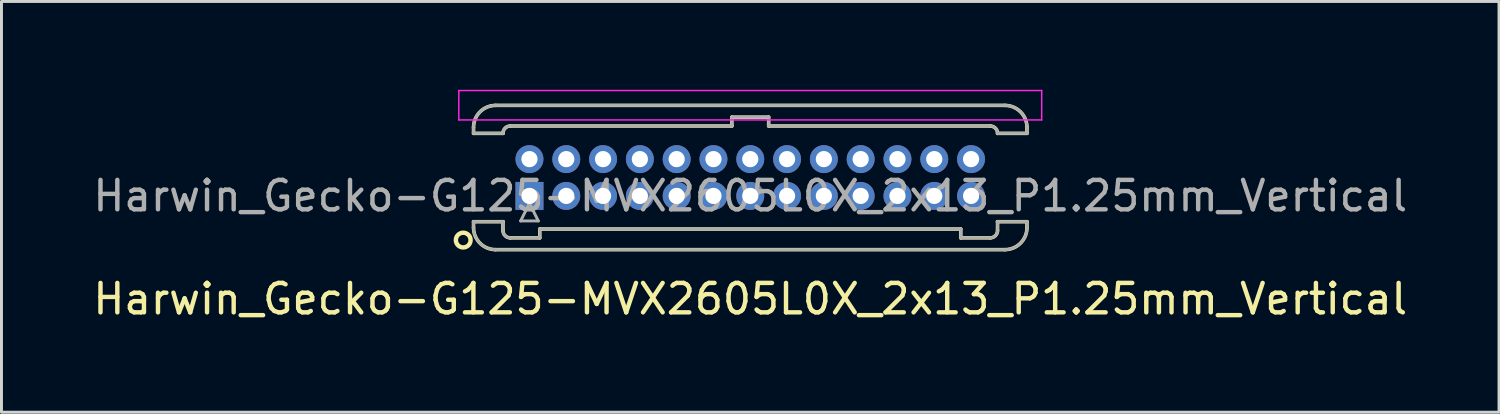
<source format=kicad_pcb>
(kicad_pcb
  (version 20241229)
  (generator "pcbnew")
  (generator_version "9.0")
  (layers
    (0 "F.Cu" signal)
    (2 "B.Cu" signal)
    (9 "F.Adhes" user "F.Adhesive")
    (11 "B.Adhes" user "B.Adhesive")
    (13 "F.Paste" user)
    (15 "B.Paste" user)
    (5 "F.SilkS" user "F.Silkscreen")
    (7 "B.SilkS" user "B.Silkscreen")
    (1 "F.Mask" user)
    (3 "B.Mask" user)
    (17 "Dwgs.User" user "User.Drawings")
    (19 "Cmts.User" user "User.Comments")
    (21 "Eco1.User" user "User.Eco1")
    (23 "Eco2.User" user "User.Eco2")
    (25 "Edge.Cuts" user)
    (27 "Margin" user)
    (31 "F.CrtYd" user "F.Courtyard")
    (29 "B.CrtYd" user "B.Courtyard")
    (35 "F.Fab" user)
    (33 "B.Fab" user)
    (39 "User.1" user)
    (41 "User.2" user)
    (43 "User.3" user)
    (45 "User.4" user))
  (footprint "Harwin_Gecko-G125-MVX2605L0X_2x13_P1.25mm_Vertical"
    (layer "F.Cu")
    (at 14.935 3.605)
    (property "Reference" "Harwin_Gecko-G125-MVX2605L0X_2x13_P1.25mm_Vertical" (at 7.5 3.5 0) (layer "F.SilkS") (effects (font (size 1 1) (thickness 0.15))))
    (attr through_hole)
    (fp_line (start -1.9 -2.325) (end -1.9 -2.125) (stroke (width 0.12) (type solid)) (layer "F.SilkS"))
    (fp_line (start -1.9 -2.125) (end -0.9 -2.125) (stroke (width 0.12) (type solid)) (layer "F.SilkS"))
    (fp_line (start -1.9 0.875) (end -0.9 0.875) (stroke (width 0.12) (type solid)) (layer "F.SilkS"))
    (fp_line (start -1.9 1.075) (end -1.9 0.875) (stroke (width 0.12) (type solid)) (layer "F.SilkS"))
    (fp_line (start -1.15 -3.075) (end 16.15 -3.075) (stroke (width 0.12) (type solid)) (layer "F.SilkS"))
    (fp_line (start -1.15 1.825) (end 16.15 1.825) (stroke (width 0.12) (type solid)) (layer "F.SilkS"))
    (fp_line (start -0.9 -2.125) (end -0.9 -2.125) (stroke (width 0.12) (type solid)) (layer "F.SilkS"))
    (fp_line (start -0.9 0.875) (end -0.9 0.875) (stroke (width 0.12) (type solid)) (layer "F.SilkS"))
    (fp_line (start -0.9 1.175) (end -0.9 0.875) (stroke (width 0.12) (type solid)) (layer "F.SilkS"))
    (fp_line (start -0.65 -2.375) (end 6.875 -2.375) (stroke (width 0.12) (type solid)) (layer "F.SilkS"))
    (fp_line (start -0.65 1.425) (end 0.35 1.425) (stroke (width 0.12) (type solid)) (layer "F.SilkS"))
    (fp_line (start 0.35 1.125) (end 14.65 1.125) (stroke (width 0.12) (type solid)) (layer "F.SilkS"))
    (fp_line (start 0.35 1.425) (end 0.35 1.125) (stroke (width 0.12) (type solid)) (layer "F.SilkS"))
    (fp_line (start 6.875 -2.675) (end 8.125 -2.675) (stroke (width 0.12) (type solid)) (layer "F.SilkS"))
    (fp_line (start 6.875 -2.375) (end 6.875 -2.675) (stroke (width 0.12) (type solid)) (layer "F.SilkS"))
    (fp_line (start 8.125 -2.675) (end 8.125 -2.375) (stroke (width 0.12) (type solid)) (layer "F.SilkS"))
    (fp_line (start 8.125 -2.375) (end 15.65 -2.375) (stroke (width 0.12) (type solid)) (layer "F.SilkS"))
    (fp_line (start 14.65 1.125) (end 14.65 1.425) (stroke (width 0.12) (type solid)) (layer "F.SilkS"))
    (fp_line (start 14.65 1.425) (end 15.65 1.425) (stroke (width 0.12) (type solid)) (layer "F.SilkS"))
    (fp_line (start 15.9 -2.125) (end 15.9 -2.125) (stroke (width 0.12) (type solid)) (layer "F.SilkS"))
    (fp_line (start 15.9 0.875) (end 15.9 0.875) (stroke (width 0.12) (type solid)) (layer "F.SilkS"))
    (fp_line (start 15.9 1.175) (end 15.9 0.875) (stroke (width 0.12) (type solid)) (layer "F.SilkS"))
    (fp_line (start 16.9 -2.325) (end 16.9 -2.125) (stroke (width 0.12) (type solid)) (layer "F.SilkS"))
    (fp_line (start 16.9 -2.125) (end 15.9 -2.125) (stroke (width 0.12) (type solid)) (layer "F.SilkS"))
    (fp_line (start 16.9 0.875) (end 15.9 0.875) (stroke (width 0.12) (type solid)) (layer "F.SilkS"))
    (fp_line (start 16.9 1.075) (end 16.9 0.875) (stroke (width 0.12) (type solid)) (layer "F.SilkS"))
    (fp_arc (start -1.9 -2.325) (mid -1.68033 -2.85533) (end -1.15 -3.075) (stroke (width 0.12) (type solid)) (layer "F.SilkS"))
    (fp_arc (start -1.15 1.825) (mid -1.68033 1.60533) (end -1.9 1.075) (stroke (width 0.12) (type solid)) (layer "F.SilkS"))
    (fp_arc (start -0.9 -2.125) (mid -0.826777 -2.301777) (end -0.65 -2.375) (stroke (width 0.12) (type solid)) (layer "F.SilkS"))
    (fp_arc (start -0.65 1.425) (mid -0.826777 1.351777) (end -0.9 1.175) (stroke (width 0.12) (type solid)) (layer "F.SilkS"))
    (fp_arc (start 15.65 -2.375) (mid 15.826777 -2.301777) (end 15.9 -2.125) (stroke (width 0.12) (type solid)) (layer "F.SilkS"))
    (fp_arc (start 15.9 1.175) (mid 15.826777 1.351777) (end 15.65 1.425) (stroke (width 0.12) (type solid)) (layer "F.SilkS"))
    (fp_arc (start 16.15 -3.075) (mid 16.68033 -2.85533) (end 16.9 -2.325) (stroke (width 0.12) (type solid)) (layer "F.SilkS"))
    (fp_arc (start 16.9 1.075) (mid 16.68033 1.60533) (end 16.15 1.825) (stroke (width 0.12) (type solid)) (layer "F.SilkS"))
    (fp_circle (center -2.25 1.5) (end -2 1.5) (stroke (width 0.15) (type solid)) (fill no) (layer "F.SilkS"))
    (fp_line (start -2.4 -3.58) (end -2.4 -2.58) (stroke (width 0.05) (type solid)) (layer "F.CrtYd"))
    (fp_line (start -2.4 -2.58) (end 17.4 -2.58) (stroke (width 0.05) (type solid)) (layer "F.CrtYd"))
    (fp_line (start 17.4 -3.58) (end -2.4 -3.58) (stroke (width 0.05) (type solid)) (layer "F.CrtYd"))
    (fp_line (start 17.4 -2.58) (end 17.4 -3.58) (stroke (width 0.05) (type solid)) (layer "F.CrtYd"))
    (fp_line (start -1.9 -2.325) (end -1.9 -2.125) (stroke (width 0.1) (type solid)) (layer "F.Fab"))
    (fp_line (start -1.9 -2.125) (end -0.9 -2.125) (stroke (width 0.1) (type solid)) (layer "F.Fab"))
    (fp_line (start -1.9 0.875) (end -0.9 0.875) (stroke (width 0.1) (type solid)) (layer "F.Fab"))
    (fp_line (start -1.9 1.075) (end -1.9 0.875) (stroke (width 0.1) (type solid)) (layer "F.Fab"))
    (fp_line (start -1.15 -3.075) (end 16.15 -3.075) (stroke (width 0.1) (type solid)) (layer "F.Fab"))
    (fp_line (start -1.15 1.825) (end 16.15 1.825) (stroke (width 0.1) (type solid)) (layer "F.Fab"))
    (fp_line (start -0.9 -2.125) (end -0.9 -2.125) (stroke (width 0.1) (type solid)) (layer "F.Fab"))
    (fp_line (start -0.9 0.875) (end -0.9 0.875) (stroke (width 0.1) (type solid)) (layer "F.Fab"))
    (fp_line (start -0.9 1.175) (end -0.9 0.875) (stroke (width 0.1) (type solid)) (layer "F.Fab"))
    (fp_line (start -0.65 -2.375) (end 6.875 -2.375) (stroke (width 0.1) (type solid)) (layer "F.Fab"))
    (fp_line (start -0.65 1.425) (end 0.35 1.425) (stroke (width 0.1) (type solid)) (layer "F.Fab"))
    (fp_line (start -0.3 0.85) (end 0.3 0.85) (stroke (width 0.1) (type solid)) (layer "F.Fab"))
    (fp_line (start 0 0.25) (end -0.3 0.85) (stroke (width 0.1) (type solid)) (layer "F.Fab"))
    (fp_line (start 0.3 0.85) (end 0 0.25) (stroke (width 0.1) (type solid)) (layer "F.Fab"))
    (fp_line (start 0.35 1.125) (end 14.65 1.125) (stroke (width 0.1) (type solid)) (layer "F.Fab"))
    (fp_line (start 0.35 1.425) (end 0.35 1.125) (stroke (width 0.1) (type solid)) (layer "F.Fab"))
    (fp_line (start 6.875 -2.675) (end 8.125 -2.675) (stroke (width 0.1) (type solid)) (layer "F.Fab"))
    (fp_line (start 6.875 -2.375) (end 6.875 -2.675) (stroke (width 0.1) (type solid)) (layer "F.Fab"))
    (fp_line (start 8.125 -2.675) (end 8.125 -2.375) (stroke (width 0.1) (type solid)) (layer "F.Fab"))
    (fp_line (start 8.125 -2.375) (end 15.65 -2.375) (stroke (width 0.1) (type solid)) (layer "F.Fab"))
    (fp_line (start 14.65 1.125) (end 14.65 1.425) (stroke (width 0.1) (type solid)) (layer "F.Fab"))
    (fp_line (start 14.65 1.425) (end 15.65 1.425) (stroke (width 0.1) (type solid)) (layer "F.Fab"))
    (fp_line (start 15.9 -2.125) (end 15.9 -2.125) (stroke (width 0.1) (type solid)) (layer "F.Fab"))
    (fp_line (start 15.9 0.875) (end 15.9 0.875) (stroke (width 0.1) (type solid)) (layer "F.Fab"))
    (fp_line (start 15.9 1.175) (end 15.9 0.875) (stroke (width 0.1) (type solid)) (layer "F.Fab"))
    (fp_line (start 16.9 -2.325) (end 16.9 -2.125) (stroke (width 0.1) (type solid)) (layer "F.Fab"))
    (fp_line (start 16.9 -2.125) (end 15.9 -2.125) (stroke (width 0.1) (type solid)) (layer "F.Fab"))
    (fp_line (start 16.9 0.875) (end 15.9 0.875) (stroke (width 0.1) (type solid)) (layer "F.Fab"))
    (fp_line (start 16.9 1.075) (end 16.9 0.875) (stroke (width 0.1) (type solid)) (layer "F.Fab"))
    (fp_arc (start -1.9 -2.325) (mid -1.68033 -2.85533) (end -1.15 -3.075) (stroke (width 0.1) (type solid)) (layer "F.Fab"))
    (fp_arc (start -1.15 1.825) (mid -1.68033 1.60533) (end -1.9 1.075) (stroke (width 0.1) (type solid)) (layer "F.Fab"))
    (fp_arc (start -0.9 -2.125) (mid -0.826777 -2.301777) (end -0.65 -2.375) (stroke (width 0.1) (type solid)) (layer "F.Fab"))
    (fp_arc (start -0.65 1.425) (mid -0.826777 1.351777) (end -0.9 1.175) (stroke (width 0.1) (type solid)) (layer "F.Fab"))
    (fp_arc (start 15.65 -2.375) (mid 15.826777 -2.301777) (end 15.9 -2.125) (stroke (width 0.1) (type solid)) (layer "F.Fab"))
    (fp_arc (start 15.9 1.175) (mid 15.826777 1.351777) (end 15.65 1.425) (stroke (width 0.1) (type solid)) (layer "F.Fab"))
    (fp_arc (start 16.15 -3.075) (mid 16.68033 -2.85533) (end 16.9 -2.325) (stroke (width 0.1) (type solid)) (layer "F.Fab"))
    (fp_arc (start 16.9 1.075) (mid 16.68033 1.60533) (end 16.15 1.825) (stroke (width 0.1) (type solid)) (layer "F.Fab"))
    (fp_text user "${REFERENCE}" (at 7.5 0 0) (layer "F.Fab") (effects (font (size 1 1) (thickness 0.15))))
    (pad "1" thru_hole rect (at 0 0) (size 0.95 0.95) (drill 0.55) (layers "*.Cu" "*.Mask"))
    (pad "2" thru_hole circle (at 0 -1.25) (size 0.95 0.95) (drill 0.55) (layers "*.Cu" "*.Mask"))
    (pad "3" thru_hole circle (at 1.25 0) (size 0.95 0.95) (drill 0.55) (layers "*.Cu" "*.Mask"))
    (pad "4" thru_hole circle (at 1.25 -1.25) (size 0.95 0.95) (drill 0.55) (layers "*.Cu" "*.Mask"))
    (pad "5" thru_hole circle (at 2.5 0) (size 0.95 0.95) (drill 0.55) (layers "*.Cu" "*.Mask"))
    (pad "6" thru_hole circle (at 2.5 -1.25) (size 0.95 0.95) (drill 0.55) (layers "*.Cu" "*.Mask"))
    (pad "7" thru_hole circle (at 3.75 0) (size 0.95 0.95) (drill 0.55) (layers "*.Cu" "*.Mask"))
    (pad "8" thru_hole circle (at 3.75 -1.25) (size 0.95 0.95) (drill 0.55) (layers "*.Cu" "*.Mask"))
    (pad "9" thru_hole circle (at 5 0) (size 0.95 0.95) (drill 0.55) (layers "*.Cu" "*.Mask"))
    (pad "10" thru_hole circle (at 5 -1.25) (size 0.95 0.95) (drill 0.55) (layers "*.Cu" "*.Mask"))
    (pad "11" thru_hole circle (at 6.25 0) (size 0.95 0.95) (drill 0.55) (layers "*.Cu" "*.Mask"))
    (pad "12" thru_hole circle (at 6.25 -1.25) (size 0.95 0.95) (drill 0.55) (layers "*.Cu" "*.Mask"))
    (pad "13" thru_hole circle (at 7.5 0) (size 0.95 0.95) (drill 0.55) (layers "*.Cu" "*.Mask"))
    (pad "14" thru_hole circle (at 7.5 -1.25) (size 0.95 0.95) (drill 0.55) (layers "*.Cu" "*.Mask"))
    (pad "15" thru_hole circle (at 8.75 0) (size 0.95 0.95) (drill 0.55) (layers "*.Cu" "*.Mask"))
    (pad "16" thru_hole circle (at 8.75 -1.25) (size 0.95 0.95) (drill 0.55) (layers "*.Cu" "*.Mask"))
    (pad "17" thru_hole circle (at 10 0) (size 0.95 0.95) (drill 0.55) (layers "*.Cu" "*.Mask"))
    (pad "18" thru_hole circle (at 10 -1.25) (size 0.95 0.95) (drill 0.55) (layers "*.Cu" "*.Mask"))
    (pad "19" thru_hole circle (at 11.25 0) (size 0.95 0.95) (drill 0.55) (layers "*.Cu" "*.Mask"))
    (pad "20" thru_hole circle (at 11.25 -1.25) (size 0.95 0.95) (drill 0.55) (layers "*.Cu" "*.Mask"))
    (pad "21" thru_hole circle (at 12.5 0) (size 0.95 0.95) (drill 0.55) (layers "*.Cu" "*.Mask"))
    (pad "22" thru_hole circle (at 12.5 -1.25) (size 0.95 0.95) (drill 0.55) (layers "*.Cu" "*.Mask"))
    (pad "23" thru_hole circle (at 13.75 0) (size 0.95 0.95) (drill 0.55) (layers "*.Cu" "*.Mask"))
    (pad "24" thru_hole circle (at 13.75 -1.25) (size 0.95 0.95) (drill 0.55) (layers "*.Cu" "*.Mask"))
    (pad "25" thru_hole circle (at 15 0) (size 0.95 0.95) (drill 0.55) (layers "*.Cu" "*.Mask"))
    (pad "26" thru_hole circle (at 15 -1.25) (size 0.95 0.95) (drill 0.55) (layers "*.Cu" "*.Mask")))
  (gr_rect
    (start -3 -3)
    (end 47.869 10.953)
    (stroke (width 0.1) (type default))
    (fill no)
    (layer "Edge.Cuts")))
</source>
